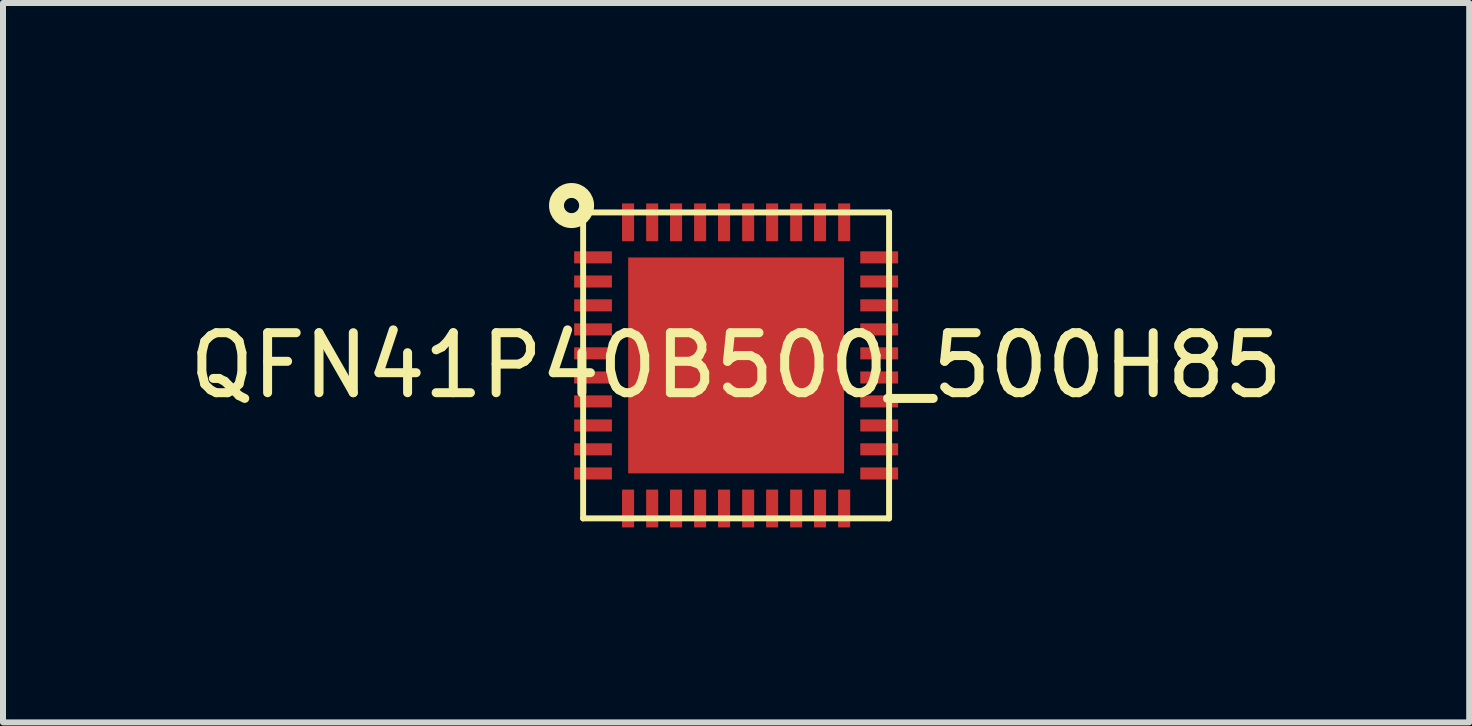
<source format=kicad_pcb>
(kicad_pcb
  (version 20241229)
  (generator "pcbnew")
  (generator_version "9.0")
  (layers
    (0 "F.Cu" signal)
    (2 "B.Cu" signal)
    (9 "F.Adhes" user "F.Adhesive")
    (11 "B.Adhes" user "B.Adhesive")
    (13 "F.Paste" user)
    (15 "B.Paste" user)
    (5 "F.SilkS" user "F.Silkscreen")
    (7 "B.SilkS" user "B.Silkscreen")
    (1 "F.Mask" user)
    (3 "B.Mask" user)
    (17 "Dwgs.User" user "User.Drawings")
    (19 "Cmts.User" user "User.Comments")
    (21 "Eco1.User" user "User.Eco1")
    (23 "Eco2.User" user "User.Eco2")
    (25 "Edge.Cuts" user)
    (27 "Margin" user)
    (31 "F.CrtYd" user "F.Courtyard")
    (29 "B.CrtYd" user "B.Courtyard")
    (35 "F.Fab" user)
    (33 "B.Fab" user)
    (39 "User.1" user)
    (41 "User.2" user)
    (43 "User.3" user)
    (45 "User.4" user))
  (footprint "QFN41P40B500_500H85"
    (layer "F.Cu")
    (at 9.22 3.041)
    (property "Reference" "QFN41P40B500_500H85" (at 0 0 0) (layer "F.SilkS") (effects (font (size 1 1) (thickness 0.15))))
    (fp_line (start -2.55 2.55) (end -2.55 -2.55) (stroke (width 0.099) (type default)) (layer "F.SilkS"))
    (fp_line (start 2.55 -2.55) (end -2.55 -2.55) (stroke (width 0.099) (type default)) (layer "F.SilkS"))
    (fp_line (start 2.55 2.55) (end -2.55 2.55) (stroke (width 0.099) (type default)) (layer "F.SilkS"))
    (fp_line (start 2.55 2.55) (end 2.55 -2.55) (stroke (width 0.099) (type default)) (layer "F.SilkS"))
    (fp_circle (center -2.743 -2.665) (end -2.492 -2.665) (stroke (width 0.249) (type default)) (fill no) (layer "F.SilkS"))
    (fp_poly (pts (xy 1.1 1.1) (xy 0.099 1.1) (xy 0.099 0.15) (xy -0.051 0.15) (xy -0.051 1.1) (xy -1.1 1.1) (xy -1.1 0.099) (xy 0 0.099) (xy 0 -0.099) (xy -1.1 -0.099) (xy -1.1 -1.1) (xy -0.051 -1.1) (xy -0.051 -0.15) (xy 0.099 -0.15) (xy 0.099 -1.1) (xy 1.1 -1.1) (xy 1.1 -0.099) (xy 0.051 -0.099) (xy 0.051 0.099) (xy 1.1 0.099)) (stroke (width 0) (type default)) (fill yes) (layer "F.Paste"))
    (fp_line (start -2.901 2.901) (end -2.901 -2.901) (stroke (width 0.025) (type default)) (layer "User.1"))
    (fp_line (start 2.901 -2.901) (end -2.901 -2.901) (stroke (width 0.025) (type default)) (layer "User.1"))
    (fp_line (start 2.901 2.901) (end -2.901 2.901) (stroke (width 0.025) (type default)) (layer "User.1"))
    (fp_line (start 2.901 2.901) (end 2.901 -2.901) (stroke (width 0.025) (type default)) (layer "User.1"))
    (fp_poly (pts (xy -2.55 2.55) (xy 2.55 2.55) (xy 2.55 -2.55) (xy -2.55 -2.55)) (stroke (width 0.1) (type default)) (fill no) (layer "User.1"))
    (fp_poly (pts (xy -2.55 2.55) (xy 2.55 2.55) (xy 2.55 -2.55) (xy -2.55 -2.55)) (stroke (width 0.1) (type default)) (fill no) (layer "User.1"))
    (fp_poly (pts (xy -2.901 2.901) (xy 2.901 2.901) (xy 2.901 -2.901) (xy -2.54 -2.901) (xy -2.54 -2.571) (xy 2.571 -2.571) (xy 2.571 2.561) (xy -2.561 2.561) (xy -2.561 -2.901) (xy -2.901 -2.901)) (stroke (width 0.1) (type default)) (fill no) (layer "User.1"))
    (fp_poly (pts (xy -2.901 2.901) (xy 2.901 2.901) (xy 2.901 -2.901) (xy -2.54 -2.901) (xy -2.54 -2.571) (xy 2.571 -2.571) (xy 2.571 2.561) (xy -2.561 2.561) (xy -2.561 -2.901) (xy -2.901 -2.901)) (stroke (width 0.1) (type default)) (fill no) (layer "User.1"))
    (pad "1" smd rect (at -2.385 -1.801 90) (size 0.201 0.63) (layers "F.Cu" "F.Mask" "F.Paste"))
    (pad "2" smd rect (at -2.385 -1.399 90) (size 0.201 0.63) (layers "F.Cu" "F.Mask" "F.Paste"))
    (pad "3" smd rect (at -2.385 -1.001 90) (size 0.201 0.63) (layers "F.Cu" "F.Mask" "F.Paste"))
    (pad "4" smd rect (at -2.385 -0.6 90) (size 0.201 0.63) (layers "F.Cu" "F.Mask" "F.Paste"))
    (pad "5" smd rect (at -2.385 -0.201 90) (size 0.201 0.63) (layers "F.Cu" "F.Mask" "F.Paste"))
    (pad "6" smd rect (at -2.385 0.201 90) (size 0.201 0.63) (layers "F.Cu" "F.Mask" "F.Paste"))
    (pad "7" smd rect (at -2.385 0.6 90) (size 0.201 0.63) (layers "F.Cu" "F.Mask" "F.Paste"))
    (pad "8" smd rect (at -2.385 1.001 90) (size 0.201 0.63) (layers "F.Cu" "F.Mask" "F.Paste"))
    (pad "9" smd rect (at -2.385 1.399 90) (size 0.201 0.63) (layers "F.Cu" "F.Mask" "F.Paste"))
    (pad "10" smd rect (at -2.385 1.801 90) (size 0.201 0.63) (layers "F.Cu" "F.Mask" "F.Paste"))
    (pad "11" smd rect (at -1.801 2.385 90) (size 0.63 0.201) (layers "F.Cu" "F.Mask" "F.Paste"))
    (pad "12" smd rect (at -1.399 2.385 90) (size 0.63 0.201) (layers "F.Cu" "F.Mask" "F.Paste"))
    (pad "13" smd rect (at -1.001 2.385 90) (size 0.63 0.201) (layers "F.Cu" "F.Mask" "F.Paste"))
    (pad "14" smd rect (at -0.6 2.385 90) (size 0.63 0.201) (layers "F.Cu" "F.Mask" "F.Paste"))
    (pad "15" smd rect (at -0.201 2.385 90) (size 0.63 0.201) (layers "F.Cu" "F.Mask" "F.Paste"))
    (pad "16" smd rect (at 0.201 2.385 90) (size 0.63 0.201) (layers "F.Cu" "F.Mask" "F.Paste"))
    (pad "17" smd rect (at 0.6 2.385 90) (size 0.63 0.201) (layers "F.Cu" "F.Mask" "F.Paste"))
    (pad "18" smd rect (at 1.001 2.385 90) (size 0.63 0.201) (layers "F.Cu" "F.Mask" "F.Paste"))
    (pad "19" smd rect (at 1.399 2.385 90) (size 0.63 0.201) (layers "F.Cu" "F.Mask" "F.Paste"))
    (pad "20" smd rect (at 1.801 2.385 90) (size 0.63 0.201) (layers "F.Cu" "F.Mask" "F.Paste"))
    (pad "21" smd rect (at 2.385 1.801 90) (size 0.201 0.63) (layers "F.Cu" "F.Mask" "F.Paste"))
    (pad "22" smd rect (at 2.385 1.399 90) (size 0.201 0.63) (layers "F.Cu" "F.Mask" "F.Paste"))
    (pad "23" smd rect (at 2.385 1.001 90) (size 0.201 0.63) (layers "F.Cu" "F.Mask" "F.Paste"))
    (pad "24" smd rect (at 2.385 0.6 90) (size 0.201 0.63) (layers "F.Cu" "F.Mask" "F.Paste"))
    (pad "25" smd rect (at 2.385 0.201 90) (size 0.201 0.63) (layers "F.Cu" "F.Mask" "F.Paste"))
    (pad "26" smd rect (at 2.385 -0.201 90) (size 0.201 0.63) (layers "F.Cu" "F.Mask" "F.Paste"))
    (pad "27" smd rect (at 2.385 -0.6 90) (size 0.201 0.63) (layers "F.Cu" "F.Mask" "F.Paste"))
    (pad "28" smd rect (at 2.385 -1.001 90) (size 0.201 0.63) (layers "F.Cu" "F.Mask" "F.Paste"))
    (pad "29" smd rect (at 2.385 -1.399 90) (size 0.201 0.63) (layers "F.Cu" "F.Mask" "F.Paste"))
    (pad "30" smd rect (at 2.385 -1.801 90) (size 0.201 0.63) (layers "F.Cu" "F.Mask" "F.Paste"))
    (pad "31" smd rect (at 1.801 -2.385 90) (size 0.63 0.201) (layers "F.Cu" "F.Mask" "F.Paste"))
    (pad "32" smd rect (at 1.399 -2.385 90) (size 0.63 0.201) (layers "F.Cu" "F.Mask" "F.Paste"))
    (pad "33" smd rect (at 1.001 -2.385 90) (size 0.63 0.201) (layers "F.Cu" "F.Mask" "F.Paste"))
    (pad "34" smd rect (at 0.6 -2.385 90) (size 0.63 0.201) (layers "F.Cu" "F.Mask" "F.Paste"))
    (pad "35" smd rect (at 0.201 -2.385 90) (size 0.63 0.201) (layers "F.Cu" "F.Mask" "F.Paste"))
    (pad "36" smd rect (at -0.201 -2.385 90) (size 0.63 0.201) (layers "F.Cu" "F.Mask" "F.Paste"))
    (pad "37" smd rect (at -0.6 -2.385 90) (size 0.63 0.201) (layers "F.Cu" "F.Mask" "F.Paste"))
    (pad "38" smd rect (at -1.001 -2.385 90) (size 0.63 0.201) (layers "F.Cu" "F.Mask" "F.Paste"))
    (pad "39" smd rect (at -1.399 -2.385 90) (size 0.63 0.201) (layers "F.Cu" "F.Mask" "F.Paste"))
    (pad "40" smd rect (at -1.801 -2.385 90) (size 0.63 0.201) (layers "F.Cu" "F.Mask" "F.Paste"))
    (pad "41" smd rect (at 0 0 90) (size 3.599 3.599) (layers "F.Cu" "F.Mask" "F.Paste")))
  (gr_rect
    (start -3 -3)
    (end 21.44 8.991)
    (stroke (width 0.1) (type default))
    (fill no)
    (layer "Edge.Cuts")))
</source>
